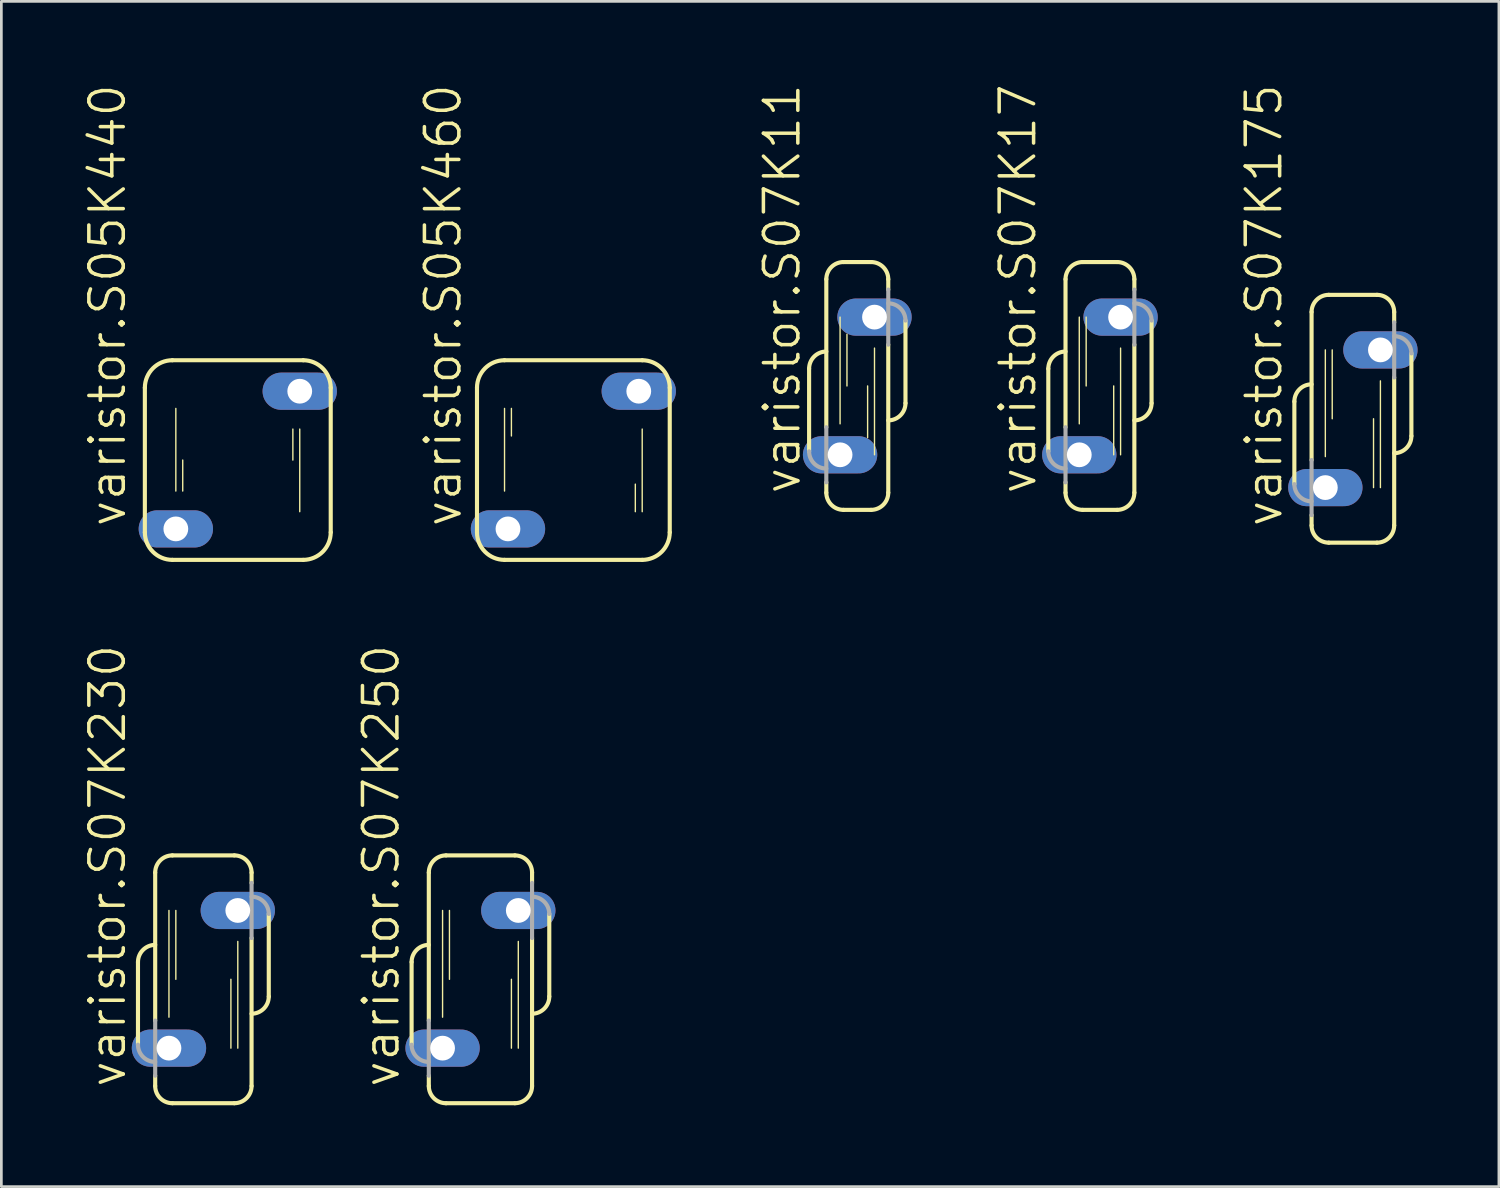
<source format=kicad_pcb>
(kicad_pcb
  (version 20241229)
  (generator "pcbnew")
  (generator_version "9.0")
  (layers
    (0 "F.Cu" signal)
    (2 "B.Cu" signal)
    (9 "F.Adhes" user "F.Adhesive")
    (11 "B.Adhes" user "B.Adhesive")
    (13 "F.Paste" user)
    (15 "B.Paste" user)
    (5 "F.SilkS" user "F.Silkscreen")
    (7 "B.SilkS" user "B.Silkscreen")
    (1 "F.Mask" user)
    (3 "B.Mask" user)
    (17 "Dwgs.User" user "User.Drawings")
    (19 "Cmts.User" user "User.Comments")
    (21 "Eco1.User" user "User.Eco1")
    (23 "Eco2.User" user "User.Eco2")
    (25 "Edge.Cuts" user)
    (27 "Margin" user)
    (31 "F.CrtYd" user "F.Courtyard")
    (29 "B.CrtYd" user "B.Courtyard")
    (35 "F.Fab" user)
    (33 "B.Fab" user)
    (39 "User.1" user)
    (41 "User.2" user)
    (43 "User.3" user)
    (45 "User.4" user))
  (footprint "varistor.S07K175"
    (layer "F.Cu")
    (at 46.868 12.401)
    (property "Reference" "varistor.S07K175" (at -2.54 4.064 90) (layer "F.SilkS") (effects (font (size 1.27 1.27) (thickness 0.13)) (justify left bottom)))
    (attr through_hole)
    (fp_line (start -2.159 -0.635) (end -2.159 2.413) (stroke (width 0.152) (type default)) (layer "F.SilkS"))
    (fp_line (start -1.524 1.524) (end -1.524 -3.937) (stroke (width 0.152) (type default)) (layer "F.SilkS"))
    (fp_line (start -1.524 3.937) (end -1.524 3.556) (stroke (width 0.152) (type default)) (layer "F.SilkS"))
    (fp_line (start -1.016 1.397) (end -1.016 -2.54) (stroke (width 0.051) (type default)) (layer "F.SilkS"))
    (fp_line (start -0.889 -4.572) (end 0.889 -4.572) (stroke (width 0.152) (type default)) (layer "F.SilkS"))
    (fp_line (start -0.889 4.572) (end 0.889 4.572) (stroke (width 0.152) (type default)) (layer "F.SilkS"))
    (fp_line (start -0.762 0) (end -0.762 -2.54) (stroke (width 0.051) (type default)) (layer "F.SilkS"))
    (fp_line (start 0.762 2.54) (end 0.762 0) (stroke (width 0.051) (type default)) (layer "F.SilkS"))
    (fp_line (start 1.016 2.54) (end 1.016 -1.397) (stroke (width 0.051) (type default)) (layer "F.SilkS"))
    (fp_line (start 1.524 -3.556) (end 1.524 -3.937) (stroke (width 0.152) (type default)) (layer "F.SilkS"))
    (fp_line (start 1.524 3.937) (end 1.524 -1.524) (stroke (width 0.152) (type default)) (layer "F.SilkS"))
    (fp_line (start 2.159 0.635) (end 2.159 -2.413) (stroke (width 0.152) (type default)) (layer "F.SilkS"))
    (fp_arc (start -2.159 -0.635) (mid -1.973013 -1.084013) (end -1.524 -1.27) (stroke (width 0.1524) (type default)) (layer "F.SilkS"))
    (fp_arc (start -1.524 -3.937) (mid -1.338013 -4.386013) (end -0.889 -4.572) (stroke (width 0.1524) (type default)) (layer "F.SilkS"))
    (fp_arc (start -0.889 4.572) (mid -1.338013 4.386013) (end -1.524 3.937) (stroke (width 0.1524) (type default)) (layer "F.SilkS"))
    (fp_arc (start 0.889 -4.572) (mid 1.338013 -4.386013) (end 1.524 -3.937) (stroke (width 0.1524) (type default)) (layer "F.SilkS"))
    (fp_arc (start 1.524 3.937) (mid 1.338013 4.386013) (end 0.889 4.572) (stroke (width 0.1524) (type default)) (layer "F.SilkS"))
    (fp_arc (start 2.159 0.635) (mid 1.973013 1.084013) (end 1.524 1.27) (stroke (width 0.1524) (type default)) (layer "F.SilkS"))
    (fp_line (start -1.524 1.524) (end -1.524 3.556) (stroke (width 0.152) (type default)) (layer "F.Fab"))
    (fp_line (start 1.524 -1.524) (end 1.524 -3.556) (stroke (width 0.152) (type default)) (layer "F.Fab"))
    (fp_arc (start -1.524 3.048) (mid -1.973013 2.862013) (end -2.159 2.413) (stroke (width 0.1524) (type default)) (layer "F.Fab"))
    (fp_arc (start 1.524 -3.048) (mid 1.973013 -2.862013) (end 2.159 -2.413) (stroke (width 0.1524) (type default)) (layer "F.Fab"))
    (pad "1" thru_hole oval (at -1.016 2.54) (size 2.743 1.372) (drill 0.914) (layers "*.Cu" "*.Mask"))
    (pad "2" thru_hole oval (at 1.016 -2.54) (size 2.743 1.372) (drill 0.914) (layers "*.Cu" "*.Mask")))
  (footprint "varistor.S07K230"
    (layer "F.Cu")
    (at 4.454 33.084)
    (property "Reference" "varistor.S07K230" (at -2.794 4.064 90) (layer "F.SilkS") (effects (font (size 1.27 1.27) (thickness 0.13)) (justify left bottom)))
    (attr through_hole)
    (fp_line (start -2.413 -0.635) (end -2.413 2.413) (stroke (width 0.152) (type default)) (layer "F.SilkS"))
    (fp_line (start -1.778 1.524) (end -1.778 -3.937) (stroke (width 0.152) (type default)) (layer "F.SilkS"))
    (fp_line (start -1.778 3.937) (end -1.778 3.556) (stroke (width 0.152) (type default)) (layer "F.SilkS"))
    (fp_line (start -1.27 1.397) (end -1.27 -2.54) (stroke (width 0.051) (type default)) (layer "F.SilkS"))
    (fp_line (start -1.143 -4.572) (end 1.143 -4.572) (stroke (width 0.152) (type default)) (layer "F.SilkS"))
    (fp_line (start -1.143 4.572) (end 1.143 4.572) (stroke (width 0.152) (type default)) (layer "F.SilkS"))
    (fp_line (start -1.016 0) (end -1.016 -2.54) (stroke (width 0.051) (type default)) (layer "F.SilkS"))
    (fp_line (start 1.016 2.54) (end 1.016 0) (stroke (width 0.051) (type default)) (layer "F.SilkS"))
    (fp_line (start 1.27 2.54) (end 1.27 -1.397) (stroke (width 0.051) (type default)) (layer "F.SilkS"))
    (fp_line (start 1.778 -3.556) (end 1.778 -3.937) (stroke (width 0.152) (type default)) (layer "F.SilkS"))
    (fp_line (start 1.778 3.937) (end 1.778 -1.524) (stroke (width 0.152) (type default)) (layer "F.SilkS"))
    (fp_line (start 2.413 0.635) (end 2.413 -2.413) (stroke (width 0.152) (type default)) (layer "F.SilkS"))
    (fp_arc (start -2.413 -0.635) (mid -2.227013 -1.084013) (end -1.778 -1.27) (stroke (width 0.1524) (type default)) (layer "F.SilkS"))
    (fp_arc (start -1.778 -3.937) (mid -1.592013 -4.386013) (end -1.143 -4.572) (stroke (width 0.1524) (type default)) (layer "F.SilkS"))
    (fp_arc (start -1.143 4.572) (mid -1.592013 4.386013) (end -1.778 3.937) (stroke (width 0.1524) (type default)) (layer "F.SilkS"))
    (fp_arc (start 1.143 -4.572) (mid 1.592013 -4.386013) (end 1.778 -3.937) (stroke (width 0.1524) (type default)) (layer "F.SilkS"))
    (fp_arc (start 1.778 3.937) (mid 1.592013 4.386013) (end 1.143 4.572) (stroke (width 0.1524) (type default)) (layer "F.SilkS"))
    (fp_arc (start 2.413 0.635) (mid 2.227013 1.084013) (end 1.778 1.27) (stroke (width 0.1524) (type default)) (layer "F.SilkS"))
    (fp_line (start -1.778 1.524) (end -1.778 3.556) (stroke (width 0.152) (type default)) (layer "F.Fab"))
    (fp_line (start 1.778 -1.524) (end 1.778 -3.556) (stroke (width 0.152) (type default)) (layer "F.Fab"))
    (fp_arc (start -1.778 3.048) (mid -2.227013 2.862013) (end -2.413 2.413) (stroke (width 0.1524) (type default)) (layer "F.Fab"))
    (fp_arc (start 1.778 -3.048) (mid 2.227013 -2.862013) (end 2.413 -2.413) (stroke (width 0.1524) (type default)) (layer "F.Fab"))
    (pad "1" thru_hole oval (at -1.27 2.54) (size 2.743 1.372) (drill 0.914) (layers "*.Cu" "*.Mask"))
    (pad "2" thru_hole oval (at 1.27 -2.54) (size 2.743 1.372) (drill 0.914) (layers "*.Cu" "*.Mask")))
  (footprint "varistor.S07K17"
    (layer "F.Cu")
    (at 37.535 11.191)
    (property "Reference" "varistor.S07K17" (at -2.286 4.064 90) (layer "F.SilkS") (effects (font (size 1.27 1.27) (thickness 0.13)) (justify left bottom)))
    (attr through_hole)
    (fp_line (start -1.905 -0.635) (end -1.905 2.413) (stroke (width 0.152) (type default)) (layer "F.SilkS"))
    (fp_line (start -1.27 1.524) (end -1.27 -3.937) (stroke (width 0.152) (type default)) (layer "F.SilkS"))
    (fp_line (start -1.27 3.937) (end -1.27 3.556) (stroke (width 0.152) (type default)) (layer "F.SilkS"))
    (fp_line (start -0.762 1.397) (end -0.762 -2.54) (stroke (width 0.051) (type default)) (layer "F.SilkS"))
    (fp_line (start -0.635 -4.572) (end 0.635 -4.572) (stroke (width 0.152) (type default)) (layer "F.SilkS"))
    (fp_line (start -0.635 4.572) (end 0.635 4.572) (stroke (width 0.152) (type default)) (layer "F.SilkS"))
    (fp_line (start -0.508 0) (end -0.508 -2.54) (stroke (width 0.051) (type default)) (layer "F.SilkS"))
    (fp_line (start 0.508 2.54) (end 0.508 0) (stroke (width 0.051) (type default)) (layer "F.SilkS"))
    (fp_line (start 0.762 2.54) (end 0.762 -1.397) (stroke (width 0.051) (type default)) (layer "F.SilkS"))
    (fp_line (start 1.27 -3.556) (end 1.27 -3.937) (stroke (width 0.152) (type default)) (layer "F.SilkS"))
    (fp_line (start 1.27 3.937) (end 1.27 -1.524) (stroke (width 0.152) (type default)) (layer "F.SilkS"))
    (fp_line (start 1.905 0.635) (end 1.905 -2.413) (stroke (width 0.152) (type default)) (layer "F.SilkS"))
    (fp_arc (start -1.905 -0.635) (mid -1.719013 -1.084013) (end -1.27 -1.27) (stroke (width 0.1524) (type default)) (layer "F.SilkS"))
    (fp_arc (start -1.27 -3.937) (mid -1.084013 -4.386013) (end -0.635 -4.572) (stroke (width 0.1524) (type default)) (layer "F.SilkS"))
    (fp_arc (start -0.635 4.572) (mid -1.084013 4.386013) (end -1.27 3.937) (stroke (width 0.1524) (type default)) (layer "F.SilkS"))
    (fp_arc (start 0.635 -4.572) (mid 1.084013 -4.386013) (end 1.27 -3.937) (stroke (width 0.1524) (type default)) (layer "F.SilkS"))
    (fp_arc (start 1.27 3.937) (mid 1.084013 4.386013) (end 0.635 4.572) (stroke (width 0.1524) (type default)) (layer "F.SilkS"))
    (fp_arc (start 1.905 0.635) (mid 1.719013 1.084013) (end 1.27 1.27) (stroke (width 0.1524) (type default)) (layer "F.SilkS"))
    (fp_line (start -1.27 1.524) (end -1.27 3.556) (stroke (width 0.152) (type default)) (layer "F.Fab"))
    (fp_line (start 1.27 -1.524) (end 1.27 -3.556) (stroke (width 0.152) (type default)) (layer "F.Fab"))
    (fp_arc (start -1.27 3.048) (mid -1.719013 2.862013) (end -1.905 2.413) (stroke (width 0.1524) (type default)) (layer "F.Fab"))
    (fp_arc (start 1.27 -3.048) (mid 1.719013 -2.862013) (end 1.905 -2.413) (stroke (width 0.1524) (type default)) (layer "F.Fab"))
    (pad "1" thru_hole oval (at -0.762 2.54) (size 2.743 1.372) (drill 0.914) (layers "*.Cu" "*.Mask"))
    (pad "2" thru_hole oval (at 0.762 -2.54) (size 2.743 1.372) (drill 0.914) (layers "*.Cu" "*.Mask")))
  (footprint "varistor.S05K460"
    (layer "F.Cu")
    (at 18.106 13.925)
    (property "Reference" "varistor.S05K460" (at -4.064 2.54 90) (layer "F.SilkS") (effects (font (size 1.27 1.27) (thickness 0.13)) (justify left bottom)))
    (attr through_hole)
    (fp_line (start -3.556 -2.667) (end -3.556 2.667) (stroke (width 0.152) (type default)) (layer "F.SilkS"))
    (fp_line (start -2.54 -3.683) (end 2.54 -3.683) (stroke (width 0.152) (type default)) (layer "F.SilkS"))
    (fp_line (start -2.54 1.143) (end -2.54 -1.905) (stroke (width 0.051) (type default)) (layer "F.SilkS"))
    (fp_line (start -2.54 3.683) (end 2.54 3.683) (stroke (width 0.152) (type default)) (layer "F.SilkS"))
    (fp_line (start -2.286 -0.889) (end -2.286 -1.905) (stroke (width 0.051) (type default)) (layer "F.SilkS"))
    (fp_line (start 2.286 1.905) (end 2.286 0.889) (stroke (width 0.051) (type default)) (layer "F.SilkS"))
    (fp_line (start 2.54 1.905) (end 2.54 -1.143) (stroke (width 0.051) (type default)) (layer "F.SilkS"))
    (fp_line (start 3.556 -2.667) (end 3.556 2.667) (stroke (width 0.152) (type default)) (layer "F.SilkS"))
    (fp_arc (start -3.556 -2.667) (mid -3.25842 -3.38542) (end -2.54 -3.683) (stroke (width 0.1524) (type default)) (layer "F.SilkS"))
    (fp_arc (start -2.54 3.683) (mid -3.25842 3.38542) (end -3.556 2.667) (stroke (width 0.1524) (type default)) (layer "F.SilkS"))
    (fp_arc (start 2.54 -3.683) (mid 3.25842 -3.38542) (end 3.556 -2.667) (stroke (width 0.1524) (type default)) (layer "F.SilkS"))
    (fp_arc (start 3.556 2.667) (mid 3.25842 3.38542) (end 2.54 3.683) (stroke (width 0.1524) (type default)) (layer "F.SilkS"))
    (pad "1" thru_hole oval (at -2.413 2.54) (size 2.743 1.372) (drill 0.914) (layers "*.Cu" "*.Mask"))
    (pad "2" thru_hole oval (at 2.413 -2.54) (size 2.743 1.372) (drill 0.914) (layers "*.Cu" "*.Mask")))
  (footprint "varistor.S07K11"
    (layer "F.Cu")
    (at 28.582 11.191)
    (property "Reference" "varistor.S07K11" (at -2.032 4.064 90) (layer "F.SilkS") (effects (font (size 1.27 1.27) (thickness 0.13)) (justify left bottom)))
    (attr through_hole)
    (fp_line (start -1.778 -0.635) (end -1.778 2.413) (stroke (width 0.152) (type default)) (layer "F.SilkS"))
    (fp_line (start -1.143 1.524) (end -1.143 -3.937) (stroke (width 0.152) (type default)) (layer "F.SilkS"))
    (fp_line (start -1.143 3.937) (end -1.143 3.556) (stroke (width 0.152) (type default)) (layer "F.SilkS"))
    (fp_line (start -0.635 1.397) (end -0.635 -2.54) (stroke (width 0.051) (type default)) (layer "F.SilkS"))
    (fp_line (start -0.508 -4.572) (end 0.508 -4.572) (stroke (width 0.152) (type default)) (layer "F.SilkS"))
    (fp_line (start -0.508 4.572) (end 0.508 4.572) (stroke (width 0.152) (type default)) (layer "F.SilkS"))
    (fp_line (start -0.381 0) (end -0.381 -1.905) (stroke (width 0.051) (type default)) (layer "F.SilkS"))
    (fp_line (start 0.381 1.905) (end 0.381 0) (stroke (width 0.051) (type default)) (layer "F.SilkS"))
    (fp_line (start 0.635 2.54) (end 0.635 -1.397) (stroke (width 0.051) (type default)) (layer "F.SilkS"))
    (fp_line (start 1.143 -3.556) (end 1.143 -3.937) (stroke (width 0.152) (type default)) (layer "F.SilkS"))
    (fp_line (start 1.143 3.937) (end 1.143 -1.524) (stroke (width 0.152) (type default)) (layer "F.SilkS"))
    (fp_line (start 1.778 0.635) (end 1.778 -2.413) (stroke (width 0.152) (type default)) (layer "F.SilkS"))
    (fp_arc (start -1.778 -0.635) (mid -1.592013 -1.084013) (end -1.143 -1.27) (stroke (width 0.1524) (type default)) (layer "F.SilkS"))
    (fp_arc (start -1.143 -3.937) (mid -0.957013 -4.386013) (end -0.508 -4.572) (stroke (width 0.1524) (type default)) (layer "F.SilkS"))
    (fp_arc (start -0.508 4.572) (mid -0.957013 4.386013) (end -1.143 3.937) (stroke (width 0.1524) (type default)) (layer "F.SilkS"))
    (fp_arc (start 0.508 -4.572) (mid 0.957013 -4.386013) (end 1.143 -3.937) (stroke (width 0.1524) (type default)) (layer "F.SilkS"))
    (fp_arc (start 1.143 3.937) (mid 0.957013 4.386013) (end 0.508 4.572) (stroke (width 0.1524) (type default)) (layer "F.SilkS"))
    (fp_arc (start 1.778 0.635) (mid 1.592013 1.084013) (end 1.143 1.27) (stroke (width 0.1524) (type default)) (layer "F.SilkS"))
    (fp_line (start -1.143 1.524) (end -1.143 3.556) (stroke (width 0.152) (type default)) (layer "F.Fab"))
    (fp_line (start 1.143 -1.524) (end 1.143 -3.556) (stroke (width 0.152) (type default)) (layer "F.Fab"))
    (fp_arc (start -1.143 3.048) (mid -1.592013 2.862013) (end -1.778 2.413) (stroke (width 0.1524) (type default)) (layer "F.Fab"))
    (fp_arc (start 1.143 -3.048) (mid 1.592013 -2.862013) (end 1.778 -2.413) (stroke (width 0.1524) (type default)) (layer "F.Fab"))
    (pad "1" thru_hole oval (at -0.635 2.54) (size 2.743 1.372) (drill 0.914) (layers "*.Cu" "*.Mask"))
    (pad "2" thru_hole oval (at 0.635 -2.54) (size 2.743 1.372) (drill 0.914) (layers "*.Cu" "*.Mask")))
  (footprint "varistor.S05K440"
    (layer "F.Cu")
    (at 5.724 13.925)
    (property "Reference" "varistor.S05K440" (at -4.064 2.54 90) (layer "F.SilkS") (effects (font (size 1.27 1.27) (thickness 0.13)) (justify left bottom)))
    (attr through_hole)
    (fp_line (start -3.429 -2.667) (end -3.429 2.667) (stroke (width 0.152) (type default)) (layer "F.SilkS"))
    (fp_line (start -2.413 -3.683) (end 2.413 -3.683) (stroke (width 0.152) (type default)) (layer "F.SilkS"))
    (fp_line (start -2.413 3.683) (end 2.413 3.683) (stroke (width 0.152) (type default)) (layer "F.SilkS"))
    (fp_line (start -2.286 1.143) (end -2.286 -1.905) (stroke (width 0.051) (type default)) (layer "F.SilkS"))
    (fp_line (start -2.032 1.143) (end -2.032 0) (stroke (width 0.051) (type default)) (layer "F.SilkS"))
    (fp_line (start 2.032 0) (end 2.032 -1.143) (stroke (width 0.051) (type default)) (layer "F.SilkS"))
    (fp_line (start 2.286 1.905) (end 2.286 -1.143) (stroke (width 0.051) (type default)) (layer "F.SilkS"))
    (fp_line (start 3.429 -2.667) (end 3.429 2.667) (stroke (width 0.152) (type default)) (layer "F.SilkS"))
    (fp_arc (start -3.429 -2.667) (mid -3.13142 -3.38542) (end -2.413 -3.683) (stroke (width 0.1524) (type default)) (layer "F.SilkS"))
    (fp_arc (start -2.413 3.683) (mid -3.13142 3.38542) (end -3.429 2.667) (stroke (width 0.1524) (type default)) (layer "F.SilkS"))
    (fp_arc (start 2.413 -3.683) (mid 3.13142 -3.38542) (end 3.429 -2.667) (stroke (width 0.1524) (type default)) (layer "F.SilkS"))
    (fp_arc (start 3.429 2.667) (mid 3.13142 3.38542) (end 2.413 3.683) (stroke (width 0.1524) (type default)) (layer "F.SilkS"))
    (pad "1" thru_hole oval (at -2.286 2.54) (size 2.743 1.372) (drill 0.914) (layers "*.Cu" "*.Mask"))
    (pad "2" thru_hole oval (at 2.286 -2.54) (size 2.743 1.372) (drill 0.914) (layers "*.Cu" "*.Mask")))
  (footprint "varistor.S07K250"
    (layer "F.Cu")
    (at 14.677 33.084)
    (property "Reference" "varistor.S07K250" (at -2.921 4.064 90) (layer "F.SilkS") (effects (font (size 1.27 1.27) (thickness 0.13)) (justify left bottom)))
    (attr through_hole)
    (fp_line (start -2.54 -0.635) (end -2.54 2.413) (stroke (width 0.152) (type default)) (layer "F.SilkS"))
    (fp_line (start -1.905 1.524) (end -1.905 -3.937) (stroke (width 0.152) (type default)) (layer "F.SilkS"))
    (fp_line (start -1.905 3.937) (end -1.905 3.556) (stroke (width 0.152) (type default)) (layer "F.SilkS"))
    (fp_line (start -1.397 1.397) (end -1.397 -2.54) (stroke (width 0.051) (type default)) (layer "F.SilkS"))
    (fp_line (start -1.27 -4.572) (end 1.27 -4.572) (stroke (width 0.152) (type default)) (layer "F.SilkS"))
    (fp_line (start -1.27 4.572) (end 1.27 4.572) (stroke (width 0.152) (type default)) (layer "F.SilkS"))
    (fp_line (start -1.143 0) (end -1.143 -2.54) (stroke (width 0.051) (type default)) (layer "F.SilkS"))
    (fp_line (start 1.143 2.54) (end 1.143 0) (stroke (width 0.051) (type default)) (layer "F.SilkS"))
    (fp_line (start 1.397 2.54) (end 1.397 -1.397) (stroke (width 0.051) (type default)) (layer "F.SilkS"))
    (fp_line (start 1.905 -3.556) (end 1.905 -3.937) (stroke (width 0.152) (type default)) (layer "F.SilkS"))
    (fp_line (start 1.905 3.937) (end 1.905 -1.524) (stroke (width 0.152) (type default)) (layer "F.SilkS"))
    (fp_line (start 2.54 0.635) (end 2.54 -2.413) (stroke (width 0.152) (type default)) (layer "F.SilkS"))
    (fp_arc (start -2.54 -0.635) (mid -2.354013 -1.084013) (end -1.905 -1.27) (stroke (width 0.1524) (type default)) (layer "F.SilkS"))
    (fp_arc (start -1.905 -3.937) (mid -1.719013 -4.386013) (end -1.27 -4.572) (stroke (width 0.1524) (type default)) (layer "F.SilkS"))
    (fp_arc (start -1.27 4.572) (mid -1.719013 4.386013) (end -1.905 3.937) (stroke (width 0.1524) (type default)) (layer "F.SilkS"))
    (fp_arc (start 1.27 -4.572) (mid 1.719013 -4.386013) (end 1.905 -3.937) (stroke (width 0.1524) (type default)) (layer "F.SilkS"))
    (fp_arc (start 1.905 3.937) (mid 1.719013 4.386013) (end 1.27 4.572) (stroke (width 0.1524) (type default)) (layer "F.SilkS"))
    (fp_arc (start 2.54 0.635) (mid 2.354013 1.084013) (end 1.905 1.27) (stroke (width 0.1524) (type default)) (layer "F.SilkS"))
    (fp_line (start -1.905 1.524) (end -1.905 3.556) (stroke (width 0.152) (type default)) (layer "F.Fab"))
    (fp_line (start 1.905 -1.524) (end 1.905 -3.556) (stroke (width 0.152) (type default)) (layer "F.Fab"))
    (fp_arc (start -1.905 3.048) (mid -2.354013 2.862013) (end -2.54 2.413) (stroke (width 0.1524) (type default)) (layer "F.Fab"))
    (fp_arc (start 1.905 -3.048) (mid 2.354013 -2.862013) (end 2.54 -2.413) (stroke (width 0.1524) (type default)) (layer "F.Fab"))
    (pad "1" thru_hole oval (at -1.397 2.54) (size 2.743 1.372) (drill 0.914) (layers "*.Cu" "*.Mask"))
    (pad "2" thru_hole oval (at 1.397 -2.54) (size 2.743 1.372) (drill 0.914) (layers "*.Cu" "*.Mask")))
  (gr_rect
    (start -3 -3)
    (end 52.256 40.733)
    (stroke (width 0.1) (type default))
    (fill no)
    (layer "Edge.Cuts")))
</source>
